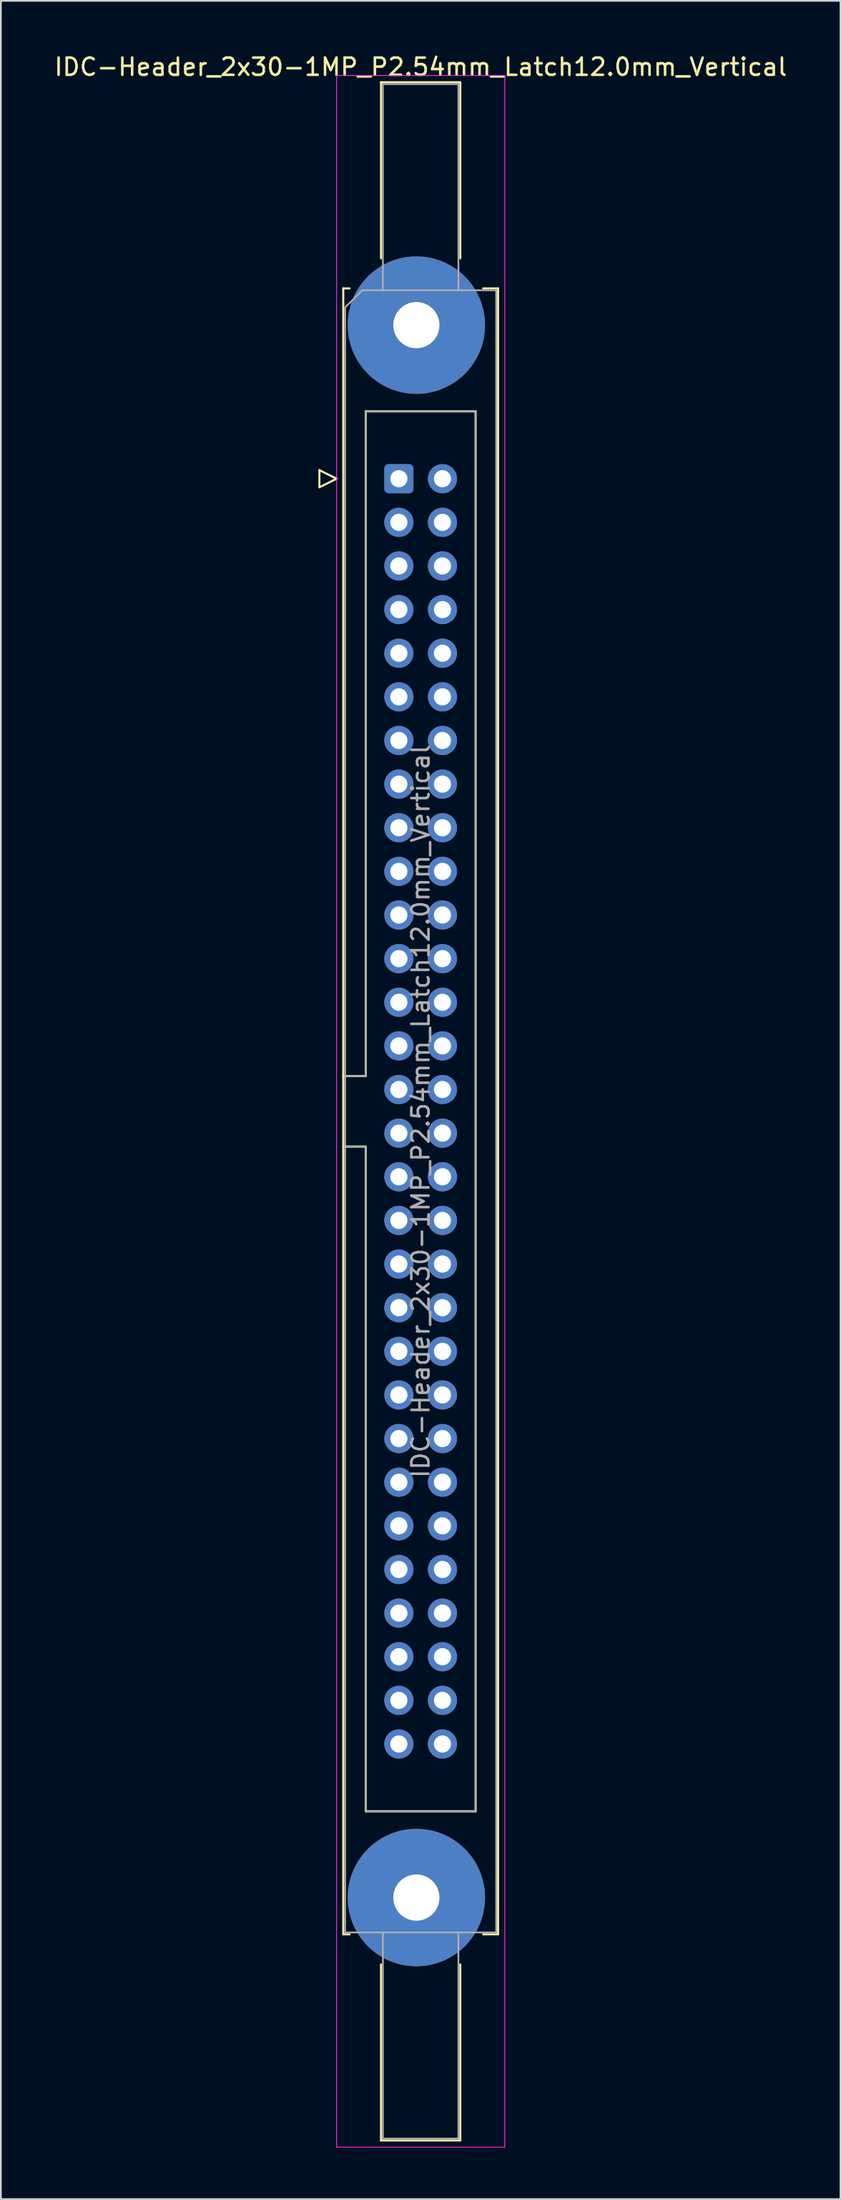
<source format=kicad_pcb>
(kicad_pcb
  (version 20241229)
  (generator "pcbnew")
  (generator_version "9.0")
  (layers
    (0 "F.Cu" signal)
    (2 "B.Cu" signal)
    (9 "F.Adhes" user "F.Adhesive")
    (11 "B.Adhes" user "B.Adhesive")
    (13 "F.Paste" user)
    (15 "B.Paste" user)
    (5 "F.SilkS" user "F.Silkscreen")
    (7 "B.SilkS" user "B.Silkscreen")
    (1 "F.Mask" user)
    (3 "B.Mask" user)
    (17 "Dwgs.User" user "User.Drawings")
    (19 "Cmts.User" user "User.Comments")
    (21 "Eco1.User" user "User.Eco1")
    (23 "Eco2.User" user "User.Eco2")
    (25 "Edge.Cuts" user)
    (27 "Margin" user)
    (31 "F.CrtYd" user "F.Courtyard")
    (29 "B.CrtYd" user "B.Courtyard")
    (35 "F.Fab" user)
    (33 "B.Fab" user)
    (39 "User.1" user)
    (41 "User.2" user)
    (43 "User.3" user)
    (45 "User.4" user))
  (footprint "IDC-Header_2x30-1MP_P2.54mm_Latch12.0mm_Vertical"
    (layer "F.Cu")
    (at 20.188 24.818)
    (property "Reference" "IDC-Header_2x30-1MP_P2.54mm_Latch12.0mm_Vertical" (at 1.27 -23.97 0) (layer "F.SilkS") (effects (font (size 1 1) (thickness 0.15))))
    (attr through_hole)
    (fp_line (start -4.63 -0.5) (end -4.63 0.5) (stroke (width 0.12) (type solid)) (layer "F.SilkS"))
    (fp_line (start -4.63 0.5) (end -3.63 0) (stroke (width 0.12) (type solid)) (layer "F.SilkS"))
    (fp_line (start -3.63 0) (end -4.63 -0.5) (stroke (width 0.12) (type solid)) (layer "F.SilkS"))
    (fp_line (start -3.24 -11.08) (end -3.24 84.74) (stroke (width 0.12) (type solid)) (layer "F.SilkS"))
    (fp_line (start -3.24 34.78) (end -1.93 34.78) (stroke (width 0.12) (type solid)) (layer "F.SilkS"))
    (fp_line (start -3.24 84.74) (end -2.87 84.74) (stroke (width 0.12) (type solid)) (layer "F.SilkS"))
    (fp_line (start -2.87 -11.08) (end -3.24 -11.08) (stroke (width 0.12) (type solid)) (layer "F.SilkS"))
    (fp_line (start -1.93 -3.92) (end 4.47 -3.92) (stroke (width 0.12) (type solid)) (layer "F.SilkS"))
    (fp_line (start -1.93 34.78) (end -1.93 -3.92) (stroke (width 0.12) (type solid)) (layer "F.SilkS"))
    (fp_line (start -1.93 38.88) (end -3.24 38.88) (stroke (width 0.12) (type solid)) (layer "F.SilkS"))
    (fp_line (start -1.93 77.58) (end -1.93 38.88) (stroke (width 0.12) (type solid)) (layer "F.SilkS"))
    (fp_line (start -1.04 -23.08) (end 3.58 -23.08) (stroke (width 0.12) (type solid)) (layer "F.SilkS"))
    (fp_line (start -1.04 -12.83) (end -1.04 -23.08) (stroke (width 0.12) (type solid)) (layer "F.SilkS"))
    (fp_line (start -1.04 86.49) (end -1.04 96.74) (stroke (width 0.12) (type solid)) (layer "F.SilkS"))
    (fp_line (start -1.04 96.74) (end 3.58 96.74) (stroke (width 0.12) (type solid)) (layer "F.SilkS"))
    (fp_line (start 3.58 -23.08) (end 3.58 -12.83) (stroke (width 0.12) (type solid)) (layer "F.SilkS"))
    (fp_line (start 3.58 96.74) (end 3.58 86.49) (stroke (width 0.12) (type solid)) (layer "F.SilkS"))
    (fp_line (start 4.47 -3.92) (end 4.47 77.58) (stroke (width 0.12) (type solid)) (layer "F.SilkS"))
    (fp_line (start 4.47 77.58) (end -1.93 77.58) (stroke (width 0.12) (type solid)) (layer "F.SilkS"))
    (fp_line (start 4.91 -11.08) (end 5.78 -11.08) (stroke (width 0.12) (type solid)) (layer "F.SilkS"))
    (fp_line (start 5.78 -11.08) (end 5.78 84.74) (stroke (width 0.12) (type solid)) (layer "F.SilkS"))
    (fp_line (start 5.78 84.74) (end 4.91 84.74) (stroke (width 0.12) (type solid)) (layer "F.SilkS"))
    (fp_line (start -3.63 -23.47) (end -3.63 97.13) (stroke (width 0.05) (type solid)) (layer "F.CrtYd"))
    (fp_line (start -3.63 97.13) (end 6.17 97.13) (stroke (width 0.05) (type solid)) (layer "F.CrtYd"))
    (fp_line (start 6.17 -23.47) (end -3.63 -23.47) (stroke (width 0.05) (type solid)) (layer "F.CrtYd"))
    (fp_line (start 6.17 97.13) (end 6.17 -23.47) (stroke (width 0.05) (type solid)) (layer "F.CrtYd"))
    (fp_line (start -3.13 -9.97) (end -2.13 -10.97) (stroke (width 0.1) (type solid)) (layer "F.Fab"))
    (fp_line (start -3.13 34.78) (end -1.93 34.78) (stroke (width 0.1) (type solid)) (layer "F.Fab"))
    (fp_line (start -3.13 84.63) (end -3.13 -9.97) (stroke (width 0.1) (type solid)) (layer "F.Fab"))
    (fp_line (start -2.13 -10.97) (end 5.67 -10.97) (stroke (width 0.1) (type solid)) (layer "F.Fab"))
    (fp_line (start -1.93 -3.92) (end 4.47 -3.92) (stroke (width 0.1) (type solid)) (layer "F.Fab"))
    (fp_line (start -1.93 34.78) (end -1.93 -3.92) (stroke (width 0.1) (type solid)) (layer "F.Fab"))
    (fp_line (start -1.93 38.88) (end -3.13 38.88) (stroke (width 0.1) (type solid)) (layer "F.Fab"))
    (fp_line (start -1.93 77.58) (end -1.93 38.88) (stroke (width 0.1) (type solid)) (layer "F.Fab"))
    (fp_line (start -0.93 -22.97) (end 3.47 -22.97) (stroke (width 0.1) (type solid)) (layer "F.Fab"))
    (fp_line (start -0.93 -10.97) (end -0.93 -22.97) (stroke (width 0.1) (type solid)) (layer "F.Fab"))
    (fp_line (start -0.93 84.63) (end -0.93 96.63) (stroke (width 0.1) (type solid)) (layer "F.Fab"))
    (fp_line (start -0.93 96.63) (end 3.47 96.63) (stroke (width 0.1) (type solid)) (layer "F.Fab"))
    (fp_line (start 3.47 -22.97) (end 3.47 -10.97) (stroke (width 0.1) (type solid)) (layer "F.Fab"))
    (fp_line (start 3.47 96.63) (end 3.47 84.63) (stroke (width 0.1) (type solid)) (layer "F.Fab"))
    (fp_line (start 4.47 -3.92) (end 4.47 77.58) (stroke (width 0.1) (type solid)) (layer "F.Fab"))
    (fp_line (start 4.47 77.58) (end -1.93 77.58) (stroke (width 0.1) (type solid)) (layer "F.Fab"))
    (fp_line (start 5.67 -10.97) (end 5.67 84.63) (stroke (width 0.1) (type solid)) (layer "F.Fab"))
    (fp_line (start 5.67 84.63) (end -3.13 84.63) (stroke (width 0.1) (type solid)) (layer "F.Fab"))
    (fp_text user "${REFERENCE}" (at 1.27 36.83 90) (layer "F.Fab") (effects (font (size 1 1) (thickness 0.15))))
    (pad "1" thru_hole roundrect (at 0 0) (size 1.7 1.7) (drill 1) (layers "*.Cu" "*.Mask") (roundrect_rratio 0.147))
    (pad "2" thru_hole circle (at 2.54 0) (size 1.7 1.7) (drill 1) (layers "*.Cu" "*.Mask"))
    (pad "3" thru_hole circle (at 0 2.54) (size 1.7 1.7) (drill 1) (layers "*.Cu" "*.Mask"))
    (pad "4" thru_hole circle (at 2.54 2.54) (size 1.7 1.7) (drill 1) (layers "*.Cu" "*.Mask"))
    (pad "5" thru_hole circle (at 0 5.08) (size 1.7 1.7) (drill 1) (layers "*.Cu" "*.Mask"))
    (pad "6" thru_hole circle (at 2.54 5.08) (size 1.7 1.7) (drill 1) (layers "*.Cu" "*.Mask"))
    (pad "7" thru_hole circle (at 0 7.62) (size 1.7 1.7) (drill 1) (layers "*.Cu" "*.Mask"))
    (pad "8" thru_hole circle (at 2.54 7.62) (size 1.7 1.7) (drill 1) (layers "*.Cu" "*.Mask"))
    (pad "9" thru_hole circle (at 0 10.16) (size 1.7 1.7) (drill 1) (layers "*.Cu" "*.Mask"))
    (pad "10" thru_hole circle (at 2.54 10.16) (size 1.7 1.7) (drill 1) (layers "*.Cu" "*.Mask"))
    (pad "11" thru_hole circle (at 0 12.7) (size 1.7 1.7) (drill 1) (layers "*.Cu" "*.Mask"))
    (pad "12" thru_hole circle (at 2.54 12.7) (size 1.7 1.7) (drill 1) (layers "*.Cu" "*.Mask"))
    (pad "13" thru_hole circle (at 0 15.24) (size 1.7 1.7) (drill 1) (layers "*.Cu" "*.Mask"))
    (pad "14" thru_hole circle (at 2.54 15.24) (size 1.7 1.7) (drill 1) (layers "*.Cu" "*.Mask"))
    (pad "15" thru_hole circle (at 0 17.78) (size 1.7 1.7) (drill 1) (layers "*.Cu" "*.Mask"))
    (pad "16" thru_hole circle (at 2.54 17.78) (size 1.7 1.7) (drill 1) (layers "*.Cu" "*.Mask"))
    (pad "17" thru_hole circle (at 0 20.32) (size 1.7 1.7) (drill 1) (layers "*.Cu" "*.Mask"))
    (pad "18" thru_hole circle (at 2.54 20.32) (size 1.7 1.7) (drill 1) (layers "*.Cu" "*.Mask"))
    (pad "19" thru_hole circle (at 0 22.86) (size 1.7 1.7) (drill 1) (layers "*.Cu" "*.Mask"))
    (pad "20" thru_hole circle (at 2.54 22.86) (size 1.7 1.7) (drill 1) (layers "*.Cu" "*.Mask"))
    (pad "21" thru_hole circle (at 0 25.4) (size 1.7 1.7) (drill 1) (layers "*.Cu" "*.Mask"))
    (pad "22" thru_hole circle (at 2.54 25.4) (size 1.7 1.7) (drill 1) (layers "*.Cu" "*.Mask"))
    (pad "23" thru_hole circle (at 0 27.94) (size 1.7 1.7) (drill 1) (layers "*.Cu" "*.Mask"))
    (pad "24" thru_hole circle (at 2.54 27.94) (size 1.7 1.7) (drill 1) (layers "*.Cu" "*.Mask"))
    (pad "25" thru_hole circle (at 0 30.48) (size 1.7 1.7) (drill 1) (layers "*.Cu" "*.Mask"))
    (pad "26" thru_hole circle (at 2.54 30.48) (size 1.7 1.7) (drill 1) (layers "*.Cu" "*.Mask"))
    (pad "27" thru_hole circle (at 0 33.02) (size 1.7 1.7) (drill 1) (layers "*.Cu" "*.Mask"))
    (pad "28" thru_hole circle (at 2.54 33.02) (size 1.7 1.7) (drill 1) (layers "*.Cu" "*.Mask"))
    (pad "29" thru_hole circle (at 0 35.56) (size 1.7 1.7) (drill 1) (layers "*.Cu" "*.Mask"))
    (pad "30" thru_hole circle (at 2.54 35.56) (size 1.7 1.7) (drill 1) (layers "*.Cu" "*.Mask"))
    (pad "31" thru_hole circle (at 0 38.1) (size 1.7 1.7) (drill 1) (layers "*.Cu" "*.Mask"))
    (pad "32" thru_hole circle (at 2.54 38.1) (size 1.7 1.7) (drill 1) (layers "*.Cu" "*.Mask"))
    (pad "33" thru_hole circle (at 0 40.64) (size 1.7 1.7) (drill 1) (layers "*.Cu" "*.Mask"))
    (pad "34" thru_hole circle (at 2.54 40.64) (size 1.7 1.7) (drill 1) (layers "*.Cu" "*.Mask"))
    (pad "35" thru_hole circle (at 0 43.18) (size 1.7 1.7) (drill 1) (layers "*.Cu" "*.Mask"))
    (pad "36" thru_hole circle (at 2.54 43.18) (size 1.7 1.7) (drill 1) (layers "*.Cu" "*.Mask"))
    (pad "37" thru_hole circle (at 0 45.72) (size 1.7 1.7) (drill 1) (layers "*.Cu" "*.Mask"))
    (pad "38" thru_hole circle (at 2.54 45.72) (size 1.7 1.7) (drill 1) (layers "*.Cu" "*.Mask"))
    (pad "39" thru_hole circle (at 0 48.26) (size 1.7 1.7) (drill 1) (layers "*.Cu" "*.Mask"))
    (pad "40" thru_hole circle (at 2.54 48.26) (size 1.7 1.7) (drill 1) (layers "*.Cu" "*.Mask"))
    (pad "41" thru_hole circle (at 0 50.8) (size 1.7 1.7) (drill 1) (layers "*.Cu" "*.Mask"))
    (pad "42" thru_hole circle (at 2.54 50.8) (size 1.7 1.7) (drill 1) (layers "*.Cu" "*.Mask"))
    (pad "43" thru_hole circle (at 0 53.34) (size 1.7 1.7) (drill 1) (layers "*.Cu" "*.Mask"))
    (pad "44" thru_hole circle (at 2.54 53.34) (size 1.7 1.7) (drill 1) (layers "*.Cu" "*.Mask"))
    (pad "45" thru_hole circle (at 0 55.88) (size 1.7 1.7) (drill 1) (layers "*.Cu" "*.Mask"))
    (pad "46" thru_hole circle (at 2.54 55.88) (size 1.7 1.7) (drill 1) (layers "*.Cu" "*.Mask"))
    (pad "47" thru_hole circle (at 0 58.42) (size 1.7 1.7) (drill 1) (layers "*.Cu" "*.Mask"))
    (pad "48" thru_hole circle (at 2.54 58.42) (size 1.7 1.7) (drill 1) (layers "*.Cu" "*.Mask"))
    (pad "49" thru_hole circle (at 0 60.96) (size 1.7 1.7) (drill 1) (layers "*.Cu" "*.Mask"))
    (pad "50" thru_hole circle (at 2.54 60.96) (size 1.7 1.7) (drill 1) (layers "*.Cu" "*.Mask"))
    (pad "51" thru_hole circle (at 0 63.5) (size 1.7 1.7) (drill 1) (layers "*.Cu" "*.Mask"))
    (pad "52" thru_hole circle (at 2.54 63.5) (size 1.7 1.7) (drill 1) (layers "*.Cu" "*.Mask"))
    (pad "53" thru_hole circle (at 0 66.04) (size 1.7 1.7) (drill 1) (layers "*.Cu" "*.Mask"))
    (pad "54" thru_hole circle (at 2.54 66.04) (size 1.7 1.7) (drill 1) (layers "*.Cu" "*.Mask"))
    (pad "55" thru_hole circle (at 0 68.58) (size 1.7 1.7) (drill 1) (layers "*.Cu" "*.Mask"))
    (pad "56" thru_hole circle (at 2.54 68.58) (size 1.7 1.7) (drill 1) (layers "*.Cu" "*.Mask"))
    (pad "57" thru_hole circle (at 0 71.12) (size 1.7 1.7) (drill 1) (layers "*.Cu" "*.Mask"))
    (pad "58" thru_hole circle (at 2.54 71.12) (size 1.7 1.7) (drill 1) (layers "*.Cu" "*.Mask"))
    (pad "59" thru_hole circle (at 0 73.66) (size 1.7 1.7) (drill 1) (layers "*.Cu" "*.Mask"))
    (pad "60" thru_hole circle (at 2.54 73.66) (size 1.7 1.7) (drill 1) (layers "*.Cu" "*.Mask"))
    (pad "MP" thru_hole circle (at 1.02 -8.94) (size 8 8) (drill 2.69) (layers "*.Cu" "*.Mask"))
    (pad "MP" thru_hole circle (at 1.02 82.6) (size 8 8) (drill 2.69) (layers "*.Cu" "*.Mask")))
  (gr_rect
    (start -3 -3)
    (end 45.917 124.973)
    (stroke (width 0.1) (type default))
    (fill no)
    (layer "Edge.Cuts")))
</source>
